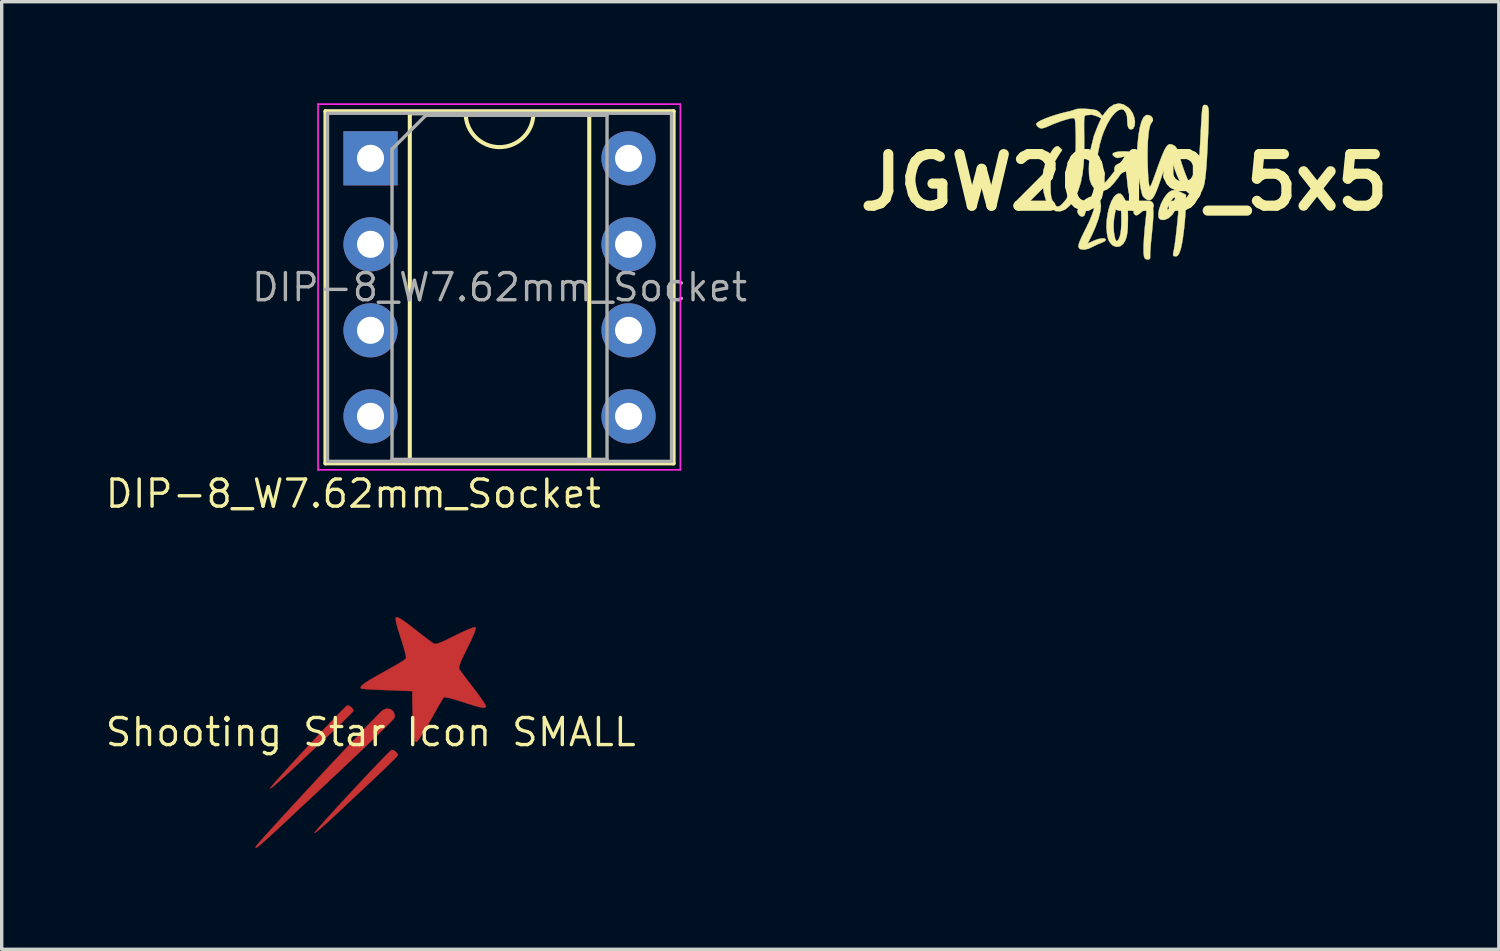
<source format=kicad_pcb>
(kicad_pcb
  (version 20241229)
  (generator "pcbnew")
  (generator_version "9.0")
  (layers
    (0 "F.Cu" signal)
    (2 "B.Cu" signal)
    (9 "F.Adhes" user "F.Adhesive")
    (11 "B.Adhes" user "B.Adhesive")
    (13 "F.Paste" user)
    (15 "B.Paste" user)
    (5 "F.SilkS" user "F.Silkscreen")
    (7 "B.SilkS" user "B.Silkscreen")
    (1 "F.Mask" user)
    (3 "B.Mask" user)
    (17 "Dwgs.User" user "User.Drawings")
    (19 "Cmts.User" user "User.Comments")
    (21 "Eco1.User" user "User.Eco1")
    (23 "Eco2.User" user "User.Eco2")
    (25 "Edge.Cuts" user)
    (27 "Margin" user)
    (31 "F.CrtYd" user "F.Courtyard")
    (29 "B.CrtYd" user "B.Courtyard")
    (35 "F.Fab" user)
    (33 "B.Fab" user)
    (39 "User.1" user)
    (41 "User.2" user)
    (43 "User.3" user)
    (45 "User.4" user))
  (footprint "Shooting Star Icon SMALL"
    (layer "F.Cu")
    (at 7.899 18.574)
    (property "Reference" "Shooting Star Icon SMALL" (at 0 0 0) (layer "F.SilkS") (effects (font (size 0.8 0.8) (thickness 0.1))))
    (attr through_hole)
    (fp_poly (pts (xy -0.63 -0.777) (xy -0.558 -0.721) (xy -0.512 -0.656) (xy -0.508 -0.638) (xy -0.537 -0.6) (xy -0.62 -0.514) (xy -0.745 -0.389) (xy -0.904 -0.235) (xy -1.087 -0.06) (xy -1.111 -0.038) (xy -1.353 0.19) (xy -1.631 0.451) (xy -1.918 0.721) (xy -2.189 0.975) (xy -2.335 1.113) (xy -2.524 1.288) (xy -2.692 1.439) (xy -2.829 1.558) (xy -2.926 1.635) (xy -2.973 1.664) (xy -2.976 1.663) (xy -2.952 1.627) (xy -2.878 1.537) (xy -2.76 1.403) (xy -2.606 1.231) (xy -2.424 1.03) (xy -2.22 0.809) (xy -2.004 0.575) (xy -1.782 0.336) (xy -1.561 0.1) (xy -1.35 -0.124) (xy -1.156 -0.329) (xy -0.986 -0.506) (xy -0.847 -0.647) (xy -0.748 -0.745) (xy -0.696 -0.79) (xy -0.692 -0.792) (xy -0.63 -0.777)) (stroke (width 0.01) (type solid)) (fill yes) (layer "F.Cu"))
    (fp_poly (pts (xy 0.682 0.535) (xy 0.754 0.591) (xy 0.801 0.656) (xy 0.804 0.674) (xy 0.775 0.712) (xy 0.693 0.798) (xy 0.567 0.923) (xy 0.408 1.078) (xy 0.225 1.252) (xy 0.201 1.275) (xy -0.041 1.502) (xy -0.319 1.764) (xy -0.606 2.033) (xy -0.876 2.288) (xy -1.023 2.426) (xy -1.212 2.601) (xy -1.38 2.752) (xy -1.517 2.87) (xy -1.614 2.948) (xy -1.661 2.977) (xy -1.664 2.976) (xy -1.64 2.939) (xy -1.565 2.85) (xy -1.447 2.715) (xy -1.293 2.543) (xy -1.111 2.343) (xy -0.908 2.121) (xy -0.692 1.887) (xy -0.47 1.648) (xy -0.249 1.412) (xy -0.038 1.188) (xy 0.157 0.983) (xy 0.327 0.806) (xy 0.465 0.665) (xy 0.564 0.568) (xy 0.617 0.522) (xy 0.621 0.52) (xy 0.682 0.535)) (stroke (width 0.01) (type solid)) (fill yes) (layer "F.Cu"))
    (fp_poly (pts (xy 0.583 -0.681) (xy 0.67 -0.612) (xy 0.709 -0.506) (xy 0.699 -0.424) (xy 0.664 -0.381) (xy 0.573 -0.286) (xy 0.43 -0.144) (xy 0.242 0.04) (xy 0.013 0.262) (xy -0.251 0.514) (xy -0.545 0.794) (xy -0.863 1.095) (xy -1.2 1.411) (xy -1.238 1.447) (xy -1.652 1.835) (xy -2.01 2.169) (xy -2.314 2.453) (xy -2.569 2.692) (xy -2.78 2.888) (xy -2.951 3.045) (xy -3.086 3.169) (xy -3.19 3.261) (xy -3.267 3.328) (xy -3.322 3.371) (xy -3.358 3.396) (xy -3.38 3.406) (xy -3.393 3.406) (xy -3.401 3.398) (xy -3.404 3.393) (xy -3.38 3.357) (xy -3.303 3.266) (xy -3.18 3.127) (xy -3.016 2.944) (xy -2.817 2.725) (xy -2.59 2.476) (xy -2.339 2.203) (xy -2.071 1.913) (xy -1.792 1.611) (xy -1.507 1.304) (xy -1.223 0.999) (xy -0.944 0.702) (xy -0.678 0.418) (xy -0.429 0.154) (xy -0.204 -0.083) (xy -0.009 -0.287) (xy 0.151 -0.453) (xy 0.27 -0.573) (xy 0.342 -0.641) (xy 0.353 -0.65) (xy 0.47 -0.698) (xy 0.583 -0.681)) (stroke (width 0.01) (type solid)) (fill yes) (layer "F.Cu"))
    (fp_poly (pts (xy 0.867 -3.357) (xy 0.991 -3.276) (xy 1.168 -3.144) (xy 1.281 -3.056) (xy 1.46 -2.916) (xy 1.621 -2.792) (xy 1.75 -2.694) (xy 1.832 -2.634) (xy 1.848 -2.624) (xy 1.889 -2.609) (xy 1.948 -2.612) (xy 2.035 -2.64) (xy 2.164 -2.695) (xy 2.347 -2.783) (xy 2.494 -2.856) (xy 2.732 -2.971) (xy 2.916 -3.051) (xy 3.04 -3.095) (xy 3.098 -3.1) (xy 3.099 -3.099) (xy 3.097 -3.045) (xy 3.055 -2.924) (xy 2.976 -2.743) (xy 2.863 -2.508) (xy 2.856 -2.494) (xy 2.744 -2.267) (xy 2.668 -2.102) (xy 2.624 -1.988) (xy 2.608 -1.913) (xy 2.615 -1.864) (xy 2.62 -1.854) (xy 2.662 -1.795) (xy 2.745 -1.683) (xy 2.859 -1.532) (xy 2.993 -1.358) (xy 3.048 -1.287) (xy 3.18 -1.111) (xy 3.289 -0.958) (xy 3.367 -0.84) (xy 3.404 -0.77) (xy 3.405 -0.757) (xy 3.375 -0.732) (xy 3.321 -0.724) (xy 3.23 -0.738) (xy 3.091 -0.774) (xy 2.892 -0.836) (xy 2.716 -0.894) (xy 2.515 -0.957) (xy 2.345 -1.004) (xy 2.221 -1.031) (xy 2.16 -1.033) (xy 2.158 -1.031) (xy 2.126 -0.984) (xy 2.061 -0.875) (xy 1.97 -0.718) (xy 1.861 -0.526) (xy 1.769 -0.36) (xy 1.649 -0.151) (xy 1.539 0.031) (xy 1.446 0.173) (xy 1.379 0.262) (xy 1.35 0.287) (xy 1.32 0.281) (xy 1.298 0.24) (xy 1.281 0.151) (xy 1.267 0.001) (xy 1.256 -0.178) (xy 1.244 -0.406) (xy 1.235 -0.637) (xy 1.229 -0.837) (xy 1.228 -0.935) (xy 1.228 -1.214) (xy 0.479 -1.243) (xy 0.237 -1.253) (xy 0.025 -1.263) (xy -0.143 -1.274) (xy -0.252 -1.283) (xy -0.288 -1.29) (xy -0.299 -1.328) (xy -0.263 -1.381) (xy -0.174 -1.453) (xy -0.025 -1.548) (xy 0.189 -1.672) (xy 0.381 -1.778) (xy 0.593 -1.896) (xy 0.777 -2.003) (xy 0.923 -2.092) (xy 1.016 -2.156) (xy 1.044 -2.183) (xy 1.039 -2.242) (xy 1.011 -2.365) (xy 0.964 -2.534) (xy 0.902 -2.735) (xy 0.884 -2.791) (xy 0.806 -3.034) (xy 0.758 -3.207) (xy 0.737 -3.319) (xy 0.742 -3.38) (xy 0.748 -3.39) (xy 0.788 -3.394) (xy 0.867 -3.357)) (stroke (width 0.01) (type solid)) (fill yes) (layer "F.Cu")))
  (footprint "JGW2019_5x5"
    (layer "F.Cu")
    (at 30.149 2.335)
    (property "Reference" "JGW2019_5x5" (at 0 0 180) (layer "F.SilkS") (effects (font (size 1.524 1.524) (thickness 0.3))))
    (attr through_hole)
    (fp_poly (pts (xy 0.767 0.631) (xy 0.809 0.666) (xy 0.835 0.707) (xy 0.853 0.766) (xy 0.861 0.852) (xy 0.861 0.971) (xy 0.852 1.131) (xy 0.834 1.34) (xy 0.81 1.586) (xy 0.792 1.763) (xy 0.779 1.926) (xy 0.77 2.059) (xy 0.767 2.149) (xy 0.768 2.173) (xy 0.766 2.245) (xy 0.734 2.275) (xy 0.714 2.279) (xy 0.642 2.269) (xy 0.611 2.249) (xy 0.585 2.186) (xy 0.572 2.062) (xy 0.573 1.876) (xy 0.586 1.628) (xy 0.612 1.318) (xy 0.652 0.946) (xy 0.652 0.945) (xy 0.658 0.847) (xy 0.642 0.803) (xy 0.599 0.811) (xy 0.521 0.868) (xy 0.49 0.895) (xy 0.412 0.956) (xy 0.359 0.975) (xy 0.322 0.963) (xy 0.275 0.905) (xy 0.288 0.833) (xy 0.36 0.747) (xy 0.407 0.708) (xy 0.542 0.629) (xy 0.664 0.603) (xy 0.767 0.631)) (stroke (width 0.01) (type solid)) (fill yes) (layer "F.SilkS"))
    (fp_poly (pts (xy -0.809 0.441) (xy -0.732 0.514) (xy -0.701 0.581) (xy -0.686 0.704) (xy -0.707 0.872) (xy -0.76 1.076) (xy -0.844 1.309) (xy -0.956 1.562) (xy -1 1.651) (xy -1.079 1.807) (xy -0.913 1.729) (xy -0.787 1.681) (xy -0.675 1.655) (xy -0.59 1.654) (xy -0.544 1.679) (xy -0.54 1.696) (xy -0.567 1.734) (xy -0.635 1.771) (xy -0.659 1.78) (xy -0.765 1.822) (xy -0.88 1.877) (xy -0.905 1.891) (xy -1.052 1.959) (xy -1.184 1.988) (xy -1.286 1.975) (xy -1.314 1.96) (xy -1.341 1.931) (xy -1.352 1.892) (xy -1.345 1.833) (xy -1.316 1.748) (xy -1.263 1.628) (xy -1.185 1.466) (xy -1.113 1.323) (xy -1.029 1.147) (xy -0.958 0.977) (xy -0.904 0.825) (xy -0.871 0.7) (xy -0.861 0.613) (xy -0.871 0.579) (xy -0.906 0.583) (xy -0.963 0.626) (xy -1.028 0.695) (xy -1.089 0.775) (xy -1.133 0.852) (xy -1.149 0.902) (xy -1.178 0.983) (xy -1.235 1.014) (xy -1.302 0.993) (xy -1.349 0.941) (xy -1.379 0.887) (xy -1.381 0.84) (xy -1.354 0.772) (xy -1.336 0.736) (xy -1.245 0.597) (xy -1.137 0.496) (xy -1.021 0.435) (xy -0.909 0.416) (xy -0.809 0.441)) (stroke (width 0.01) (type solid)) (fill yes) (layer "F.SilkS"))
    (fp_poly (pts (xy -0.11 0.335) (xy -0.05 0.39) (xy 0.018 0.501) (xy 0.032 0.526) (xy 0.065 0.596) (xy 0.087 0.661) (xy 0.101 0.738) (xy 0.108 0.841) (xy 0.111 0.984) (xy 0.111 1.095) (xy 0.107 1.315) (xy 0.094 1.484) (xy 0.07 1.614) (xy 0.031 1.718) (xy -0.024 1.808) (xy -0.036 1.824) (xy -0.124 1.89) (xy -0.229 1.905) (xy -0.331 1.869) (xy -0.371 1.834) (xy -0.427 1.767) (xy -0.462 1.705) (xy -0.486 1.628) (xy -0.508 1.511) (xy -0.509 1.501) (xy -0.524 1.32) (xy -0.312 1.32) (xy -0.304 1.46) (xy -0.286 1.584) (xy -0.261 1.679) (xy -0.231 1.732) (xy -0.211 1.737) (xy -0.178 1.702) (xy -0.141 1.629) (xy -0.13 1.601) (xy -0.108 1.507) (xy -0.092 1.378) (xy -0.084 1.228) (xy -0.082 1.069) (xy -0.086 0.913) (xy -0.097 0.773) (xy -0.113 0.661) (xy -0.134 0.59) (xy -0.154 0.572) (xy -0.181 0.601) (xy -0.213 0.679) (xy -0.245 0.791) (xy -0.274 0.924) (xy -0.297 1.063) (xy -0.309 1.176) (xy -0.312 1.32) (xy -0.524 1.32) (xy -0.524 1.316) (xy -0.515 1.114) (xy -0.485 0.911) (xy -0.437 0.719) (xy -0.375 0.553) (xy -0.301 0.426) (xy -0.245 0.369) (xy -0.172 0.33) (xy -0.11 0.335)) (stroke (width 0.01) (type solid)) (fill yes) (layer "F.SilkS"))
    (fp_poly (pts (xy 1.59 0.255) (xy 1.683 0.297) (xy 1.826 0.367) (xy 1.817 0.7) (xy 1.808 0.921) (xy 1.79 1.157) (xy 1.766 1.392) (xy 1.738 1.613) (xy 1.707 1.805) (xy 1.674 1.955) (xy 1.66 2.005) (xy 1.617 2.112) (xy 1.575 2.168) (xy 1.535 2.185) (xy 1.473 2.181) (xy 1.449 2.165) (xy 1.444 2.118) (xy 1.458 2.04) (xy 1.461 2.03) (xy 1.475 1.96) (xy 1.494 1.84) (xy 1.515 1.682) (xy 1.537 1.499) (xy 1.558 1.305) (xy 1.578 1.113) (xy 1.594 0.934) (xy 1.597 0.897) (xy 1.599 0.787) (xy 1.585 0.738) (xy 1.555 0.75) (xy 1.51 0.822) (xy 1.42 0.957) (xy 1.312 1.055) (xy 1.199 1.106) (xy 1.155 1.111) (xy 1.071 1.1) (xy 1.027 1.059) (xy 1.02 1.042) (xy 1.008 0.935) (xy 1.03 0.801) (xy 1.271 0.801) (xy 1.286 0.809) (xy 1.324 0.771) (xy 1.38 0.696) (xy 1.443 0.594) (xy 1.461 0.564) (xy 1.5 0.489) (xy 1.505 0.453) (xy 1.48 0.445) (xy 1.479 0.445) (xy 1.442 0.471) (xy 1.391 0.537) (xy 1.339 0.624) (xy 1.295 0.713) (xy 1.272 0.785) (xy 1.271 0.801) (xy 1.03 0.801) (xy 1.031 0.797) (xy 1.082 0.645) (xy 1.155 0.497) (xy 1.243 0.368) (xy 1.311 0.299) (xy 1.396 0.243) (xy 1.483 0.229) (xy 1.59 0.255)) (stroke (width 0.01) (type solid)) (fill yes) (layer "F.SilkS"))
    (fp_poly (pts (xy -0.015 -2.299) (xy 0.124 -2.207) (xy 0.181 -2.149) (xy 0.254 -2.038) (xy 0.3 -1.911) (xy 0.319 -1.783) (xy 0.308 -1.67) (xy 0.266 -1.59) (xy 0.247 -1.575) (xy 0.181 -1.561) (xy 0.129 -1.601) (xy 0.098 -1.688) (xy 0.091 -1.807) (xy 0.083 -1.95) (xy 0.047 -2.064) (xy -0.011 -2.138) (xy -0.073 -2.159) (xy -0.174 -2.129) (xy -0.281 -2.043) (xy -0.39 -1.908) (xy -0.496 -1.73) (xy -0.595 -1.517) (xy -0.651 -1.365) (xy -0.719 -1.131) (xy -0.77 -0.886) (xy -0.802 -0.642) (xy -0.816 -0.413) (xy -0.809 -0.212) (xy -0.781 -0.051) (xy -0.759 0.009) (xy -0.721 0.072) (xy -0.677 0.089) (xy -0.618 0.056) (xy -0.535 -0.024) (xy -0.473 -0.094) (xy -0.394 -0.192) (xy -0.306 -0.305) (xy -0.216 -0.425) (xy -0.132 -0.54) (xy -0.061 -0.641) (xy -0.012 -0.717) (xy 0.009 -0.758) (xy 0.008 -0.762) (xy -0.037 -0.754) (xy -0.112 -0.734) (xy -0.119 -0.733) (xy -0.205 -0.72) (xy -0.271 -0.746) (xy -0.293 -0.762) (xy -0.34 -0.81) (xy -0.337 -0.847) (xy -0.325 -0.862) (xy -0.264 -0.891) (xy -0.16 -0.909) (xy -0.033 -0.916) (xy 0.097 -0.912) (xy 0.21 -0.895) (xy 0.259 -0.88) (xy 0.373 -0.832) (xy 0.395 -1.122) (xy 0.424 -1.404) (xy 0.465 -1.633) (xy 0.515 -1.809) (xy 0.576 -1.927) (xy 0.644 -1.985) (xy 0.655 -1.988) (xy 0.738 -1.986) (xy 0.805 -1.946) (xy 0.846 -1.884) (xy 0.848 -1.816) (xy 0.811 -1.766) (xy 0.773 -1.704) (xy 0.741 -1.585) (xy 0.716 -1.415) (xy 0.699 -1.2) (xy 0.691 -0.946) (xy 0.69 -0.714) (xy 0.694 -0.52) (xy 0.701 -0.335) (xy 0.709 -0.173) (xy 0.718 -0.05) (xy 0.724 0) (xy 0.735 0.069) (xy 0.746 0.114) (xy 0.759 0.128) (xy 0.779 0.108) (xy 0.808 0.048) (xy 0.849 -0.057) (xy 0.905 -0.213) (xy 0.971 -0.397) (xy 1.058 -0.637) (xy 1.131 -0.823) (xy 1.191 -0.959) (xy 1.245 -1.051) (xy 1.294 -1.105) (xy 1.345 -1.127) (xy 1.399 -1.122) (xy 1.459 -1.096) (xy 1.513 -1.059) (xy 1.553 -1.003) (xy 1.59 -0.912) (xy 1.619 -0.817) (xy 1.701 -0.549) (xy 1.782 -0.314) (xy 1.86 -0.117) (xy 1.931 0.035) (xy 1.995 0.139) (xy 2.048 0.187) (xy 2.062 0.191) (xy 2.094 0.161) (xy 2.124 0.072) (xy 2.153 -0.078) (xy 2.18 -0.289) (xy 2.205 -0.561) (xy 2.229 -0.895) (xy 2.251 -1.292) (xy 2.255 -1.365) (xy 2.268 -1.631) (xy 2.28 -1.84) (xy 2.29 -1.999) (xy 2.3 -2.115) (xy 2.311 -2.195) (xy 2.324 -2.245) (xy 2.339 -2.273) (xy 2.358 -2.284) (xy 2.379 -2.286) (xy 2.419 -2.283) (xy 2.45 -2.269) (xy 2.473 -2.237) (xy 2.488 -2.181) (xy 2.496 -2.094) (xy 2.497 -1.969) (xy 2.494 -1.798) (xy 2.486 -1.575) (xy 2.478 -1.391) (xy 2.461 -1.034) (xy 2.445 -0.735) (xy 2.429 -0.487) (xy 2.412 -0.285) (xy 2.394 -0.122) (xy 2.374 0.006) (xy 2.351 0.106) (xy 2.325 0.185) (xy 2.309 0.222) (xy 2.261 0.309) (xy 2.216 0.353) (xy 2.152 0.371) (xy 2.106 0.375) (xy 2.008 0.372) (xy 1.93 0.34) (xy 1.867 0.29) (xy 1.766 0.174) (xy 1.664 0.011) (xy 1.57 -0.184) (xy 1.49 -0.396) (xy 1.43 -0.608) (xy 1.414 -0.693) (xy 1.401 -0.764) (xy 1.387 -0.81) (xy 1.371 -0.828) (xy 1.35 -0.812) (xy 1.32 -0.76) (xy 1.281 -0.665) (xy 1.229 -0.523) (xy 1.162 -0.331) (xy 1.077 -0.084) (xy 1.071 -0.066) (xy 0.995 0.152) (xy 0.929 0.314) (xy 0.872 0.426) (xy 0.818 0.494) (xy 0.763 0.524) (xy 0.703 0.522) (xy 0.66 0.506) (xy 0.585 0.45) (xy 0.543 0.392) (xy 0.519 0.317) (xy 0.493 0.197) (xy 0.466 0.05) (xy 0.442 -0.106) (xy 0.423 -0.252) (xy 0.414 -0.37) (xy 0.413 -0.401) (xy 0.407 -0.526) (xy 0.392 -0.628) (xy 0.371 -0.695) (xy 0.347 -0.713) (xy 0.345 -0.712) (xy 0.33 -0.671) (xy 0.32 -0.579) (xy 0.317 -0.448) (xy 0.318 -0.29) (xy 0.325 -0.118) (xy 0.336 0.056) (xy 0.351 0.22) (xy 0.37 0.362) (xy 0.386 0.445) (xy 0.368 0.486) (xy 0.312 0.502) (xy 0.246 0.497) (xy 0.196 0.462) (xy 0.157 0.388) (xy 0.127 0.27) (xy 0.102 0.099) (xy 0.089 -0.028) (xy 0.073 -0.2) (xy 0.056 -0.312) (xy 0.034 -0.366) (xy -0.000222 -0.364) (xy -0.053 -0.31) (xy -0.131 -0.206) (xy -0.179 -0.139) (xy -0.306 0.028) (xy -0.417 0.144) (xy -0.518 0.216) (xy -0.619 0.249) (xy -0.681 0.254) (xy -0.781 0.245) (xy -0.85 0.21) (xy -0.901 0.157) (xy -0.968 0.058) (xy -1.013 -0.06) (xy -1.037 -0.209) (xy -1.043 -0.399) (xy -1.038 -0.556) (xy -0.992 -0.974) (xy -0.895 -1.368) (xy -0.78 -1.667) (xy -0.678 -1.89) (xy -0.785 -1.945) (xy -0.949 -1.996) (xy -1.12 -1.984) (xy -1.127 -1.982) (xy -1.148 -1.974) (xy -1.164 -1.957) (xy -1.175 -1.924) (xy -1.181 -1.865) (xy -1.184 -1.772) (xy -1.184 -1.639) (xy -1.182 -1.456) (xy -1.18 -1.292) (xy -1.18 -0.893) (xy -1.197 -0.547) (xy -1.231 -0.247) (xy -1.284 0.014) (xy -1.357 0.245) (xy -1.451 0.453) (xy -1.501 0.542) (xy -1.619 0.699) (xy -1.748 0.804) (xy -1.884 0.855) (xy -2.018 0.849) (xy -2.145 0.785) (xy -2.155 0.777) (xy -2.244 0.667) (xy -2.317 0.509) (xy -2.371 0.318) (xy -2.403 0.106) (xy -2.41 -0.111) (xy -2.39 -0.32) (xy -2.383 -0.358) (xy -2.344 -0.496) (xy -2.286 -0.647) (xy -2.216 -0.793) (xy -2.143 -0.92) (xy -2.075 -1.01) (xy -2.043 -1.038) (xy -1.983 -1.071) (xy -1.941 -1.062) (xy -1.898 -1.023) (xy -1.832 -0.957) (xy -1.932 -0.807) (xy -2.036 -0.634) (xy -2.107 -0.471) (xy -2.15 -0.3) (xy -2.17 -0.101) (xy -2.174 0.064) (xy -2.173 0.234) (xy -2.166 0.355) (xy -2.152 0.444) (xy -2.129 0.515) (xy -2.111 0.553) (xy -2.046 0.663) (xy -1.987 0.714) (xy -1.923 0.71) (xy -1.844 0.652) (xy -1.825 0.635) (xy -1.719 0.508) (xy -1.631 0.351) (xy -1.56 0.158) (xy -1.505 -0.076) (xy -1.466 -0.356) (xy -1.442 -0.686) (xy -1.431 -1.072) (xy -1.429 -1.254) (xy -1.431 -1.441) (xy -1.436 -1.607) (xy -1.442 -1.742) (xy -1.451 -1.835) (xy -1.459 -1.872) (xy -1.482 -1.893) (xy -1.522 -1.898) (xy -1.593 -1.886) (xy -1.708 -1.855) (xy -1.737 -1.847) (xy -1.89 -1.797) (xy -2.052 -1.737) (xy -2.186 -1.681) (xy -2.321 -1.623) (xy -2.414 -1.595) (xy -2.479 -1.597) (xy -2.532 -1.627) (xy -2.559 -1.654) (xy -2.598 -1.704) (xy -2.593 -1.738) (xy -2.548 -1.778) (xy -2.472 -1.823) (xy -2.349 -1.878) (xy -2.195 -1.936) (xy -2.026 -1.992) (xy -1.857 -2.042) (xy -1.718 -2.075) (xy -1.6 -2.102) (xy -1.506 -2.129) (xy -1.453 -2.15) (xy -1.451 -2.151) (xy -1.396 -2.167) (xy -1.297 -2.174) (xy -1.173 -2.173) (xy -1.041 -2.165) (xy -0.92 -2.151) (xy -0.83 -2.132) (xy -0.806 -2.123) (xy -0.73 -2.07) (xy -0.682 -2.011) (xy -0.659 -1.972) (xy -0.636 -1.971) (xy -0.599 -2.015) (xy -0.572 -2.054) (xy -0.441 -2.206) (xy -0.302 -2.298) (xy -0.159 -2.33) (xy -0.015 -2.299)) (stroke (width 0.01) (type solid)) (fill yes) (layer "F.SilkS")))
  (footprint "DIP-8_W7.62mm_Socket"
    (layer "F.Cu")
    (at 7.892 1.625)
    (property "Reference" "DIP-8_W7.62mm_Socket" (at -0.508 9.906 0) (layer "F.SilkS") (effects (font (size 0.8 0.8) (thickness 0.1))))
    (attr through_hole)
    (fp_line (start -1.33 -1.39) (end -1.33 9.01) (stroke (width 0.12) (type solid)) (layer "F.SilkS"))
    (fp_line (start -1.33 9.01) (end 8.95 9.01) (stroke (width 0.12) (type solid)) (layer "F.SilkS"))
    (fp_line (start 1.16 -1.33) (end 1.16 8.95) (stroke (width 0.12) (type solid)) (layer "F.SilkS"))
    (fp_line (start 1.16 8.95) (end 6.46 8.95) (stroke (width 0.12) (type solid)) (layer "F.SilkS"))
    (fp_line (start 2.81 -1.33) (end 1.16 -1.33) (stroke (width 0.12) (type solid)) (layer "F.SilkS"))
    (fp_line (start 6.46 -1.33) (end 4.81 -1.33) (stroke (width 0.12) (type solid)) (layer "F.SilkS"))
    (fp_line (start 6.46 8.95) (end 6.46 -1.33) (stroke (width 0.12) (type solid)) (layer "F.SilkS"))
    (fp_line (start 8.95 -1.39) (end -1.33 -1.39) (stroke (width 0.12) (type solid)) (layer "F.SilkS"))
    (fp_line (start 8.95 9.01) (end 8.95 -1.39) (stroke (width 0.12) (type solid)) (layer "F.SilkS"))
    (fp_arc (start 4.81 -1.33) (mid 3.81 -0.33) (end 2.81 -1.33) (stroke (width 0.12) (type solid)) (layer "F.SilkS"))
    (fp_line (start -1.55 -1.6) (end -1.55 9.2) (stroke (width 0.05) (type solid)) (layer "F.CrtYd"))
    (fp_line (start -1.55 9.2) (end 9.15 9.2) (stroke (width 0.05) (type solid)) (layer "F.CrtYd"))
    (fp_line (start 9.15 -1.6) (end -1.55 -1.6) (stroke (width 0.05) (type solid)) (layer "F.CrtYd"))
    (fp_line (start 9.15 9.2) (end 9.15 -1.6) (stroke (width 0.05) (type solid)) (layer "F.CrtYd"))
    (fp_line (start -1.27 -1.33) (end -1.27 8.95) (stroke (width 0.1) (type solid)) (layer "F.Fab"))
    (fp_line (start -1.27 8.95) (end 8.89 8.95) (stroke (width 0.1) (type solid)) (layer "F.Fab"))
    (fp_line (start 0.635 -0.27) (end 1.635 -1.27) (stroke (width 0.1) (type solid)) (layer "F.Fab"))
    (fp_line (start 0.635 8.89) (end 0.635 -0.27) (stroke (width 0.1) (type solid)) (layer "F.Fab"))
    (fp_line (start 1.635 -1.27) (end 6.985 -1.27) (stroke (width 0.1) (type solid)) (layer "F.Fab"))
    (fp_line (start 6.985 -1.27) (end 6.985 8.89) (stroke (width 0.1) (type solid)) (layer "F.Fab"))
    (fp_line (start 6.985 8.89) (end 0.635 8.89) (stroke (width 0.1) (type solid)) (layer "F.Fab"))
    (fp_line (start 8.89 -1.33) (end -1.27 -1.33) (stroke (width 0.1) (type solid)) (layer "F.Fab"))
    (fp_line (start 8.89 8.95) (end 8.89 -1.33) (stroke (width 0.1) (type solid)) (layer "F.Fab"))
    (fp_text user "${REFERENCE}" (at 3.81 3.81 0) (layer "F.Fab") (effects (font (size 0.8 0.8) (thickness 0.1))))
    (pad "1" thru_hole rect (at 0 0) (size 1.6 1.6) (drill 0.8) (layers "*.Cu" "*.Mask"))
    (pad "2" thru_hole oval (at 0 2.54) (size 1.6 1.6) (drill 0.8) (layers "*.Cu" "*.Mask"))
    (pad "3" thru_hole oval (at 0 5.08) (size 1.6 1.6) (drill 0.8) (layers "*.Cu" "*.Mask"))
    (pad "4" thru_hole oval (at 0 7.62) (size 1.6 1.6) (drill 0.8) (layers "*.Cu" "*.Mask"))
    (pad "5" thru_hole oval (at 7.62 7.62) (size 1.6 1.6) (drill 0.8) (layers "*.Cu" "*.Mask"))
    (pad "6" thru_hole oval (at 7.62 5.08) (size 1.6 1.6) (drill 0.8) (layers "*.Cu" "*.Mask"))
    (pad "7" thru_hole oval (at 7.62 2.54) (size 1.6 1.6) (drill 0.8) (layers "*.Cu" "*.Mask"))
    (pad "8" thru_hole oval (at 7.62 0) (size 1.6 1.6) (drill 0.8) (layers "*.Cu" "*.Mask")))
  (gr_rect
    (start -3 -3)
    (end 41.212 24.985)
    (stroke (width 0.1) (type default))
    (fill no)
    (layer "Edge.Cuts")))
</source>
